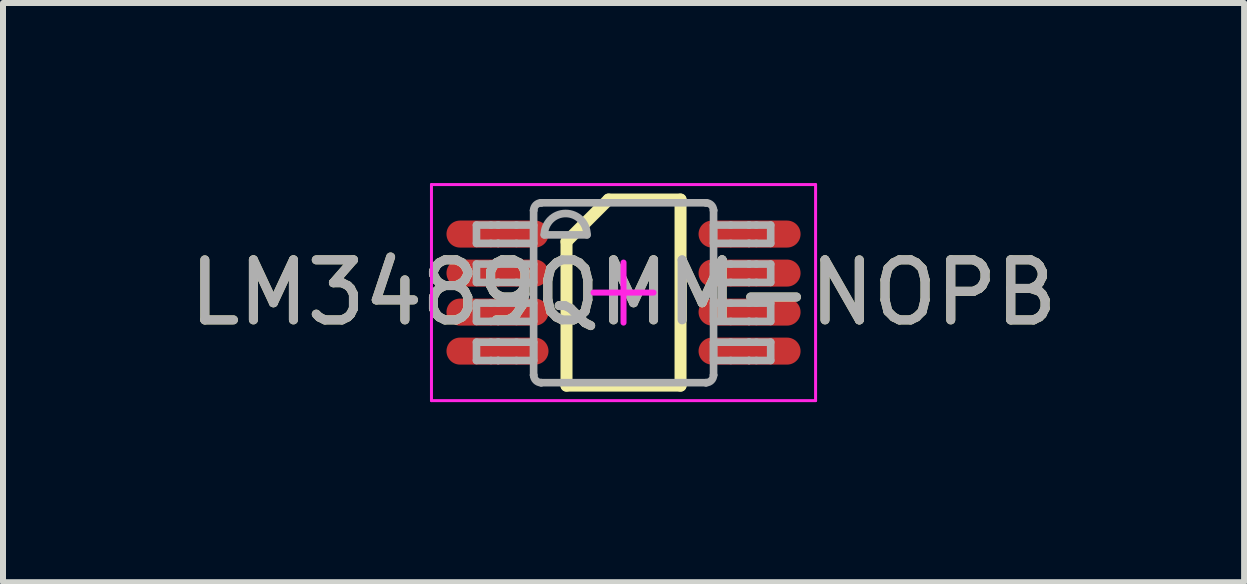
<source format=kicad_pcb>
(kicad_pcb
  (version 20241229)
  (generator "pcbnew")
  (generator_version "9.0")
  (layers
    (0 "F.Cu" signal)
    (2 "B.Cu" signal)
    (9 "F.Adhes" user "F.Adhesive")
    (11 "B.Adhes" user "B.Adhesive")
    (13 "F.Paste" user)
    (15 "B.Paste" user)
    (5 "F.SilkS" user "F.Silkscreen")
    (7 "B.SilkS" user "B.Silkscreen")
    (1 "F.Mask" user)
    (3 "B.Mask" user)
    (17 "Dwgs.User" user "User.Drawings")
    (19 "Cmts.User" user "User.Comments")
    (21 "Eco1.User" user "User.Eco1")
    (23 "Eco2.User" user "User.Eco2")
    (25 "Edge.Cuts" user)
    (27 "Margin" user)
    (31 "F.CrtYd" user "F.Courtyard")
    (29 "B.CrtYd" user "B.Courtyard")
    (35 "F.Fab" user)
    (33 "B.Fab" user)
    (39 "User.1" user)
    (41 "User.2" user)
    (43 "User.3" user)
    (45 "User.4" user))
  (footprint "LM3489QMM-NOPB"
    (layer "F.Cu")
    (at 7.339 1.825)
    (property "Reference" "LM3489QMM-NOPB" (at 0 0 0) (unlocked yes) (layer "F.SilkS") (effects (font (size 1 1) (thickness 0.15))))
    (attr smd)
    (fp_line (start -0.95 -0.85) (end -0.25 -1.55) (stroke (width 0.2) (type solid)) (layer "F.SilkS"))
    (fp_line (start -0.95 1.55) (end -0.95 -0.85) (stroke (width 0.2) (type solid)) (layer "F.SilkS"))
    (fp_line (start -0.95 1.55) (end 0.95 1.55) (stroke (width 0.2) (type solid)) (layer "F.SilkS"))
    (fp_line (start -0.25 -1.55) (end 0.95 -1.55) (stroke (width 0.2) (type solid)) (layer "F.SilkS"))
    (fp_line (start 0.95 1.55) (end 0.95 -1.55) (stroke (width 0.2) (type solid)) (layer "F.SilkS"))
    (fp_line (start -3.2 -1.8) (end 3.2 -1.8) (stroke (width 0.05) (type solid)) (layer "F.CrtYd"))
    (fp_line (start -3.2 1.8) (end -3.2 -1.8) (stroke (width 0.05) (type solid)) (layer "F.CrtYd"))
    (fp_line (start -3.2 1.8) (end 3.2 1.8) (stroke (width 0.05) (type solid)) (layer "F.CrtYd"))
    (fp_line (start -0.5 -0.000003) (end 0.5 -0.000003) (stroke (width 0.1) (type solid)) (layer "F.CrtYd"))
    (fp_line (start 0.000003 0.5) (end 0.000003 -0.5) (stroke (width 0.1) (type solid)) (layer "F.CrtYd"))
    (fp_line (start 3.2 1.8) (end 3.2 -1.8) (stroke (width 0.05) (type solid)) (layer "F.CrtYd"))
    (fp_line (start -2.45 -1.125) (end -2.21 -1.125) (stroke (width 0.127) (type solid)) (layer "F.Fab"))
    (fp_line (start -2.45 -0.82) (end -2.45 -1.125) (stroke (width 0.127) (type solid)) (layer "F.Fab"))
    (fp_line (start -2.45 -0.82) (end -2.21 -0.82) (stroke (width 0.127) (type solid)) (layer "F.Fab"))
    (fp_line (start -2.45 -0.475) (end -2.21 -0.475) (stroke (width 0.127) (type solid)) (layer "F.Fab"))
    (fp_line (start -2.45 -0.17) (end -2.45 -0.475) (stroke (width 0.127) (type solid)) (layer "F.Fab"))
    (fp_line (start -2.45 -0.17) (end -2.21 -0.17) (stroke (width 0.127) (type solid)) (layer "F.Fab"))
    (fp_line (start -2.45 0.175) (end -2.21 0.175) (stroke (width 0.127) (type solid)) (layer "F.Fab"))
    (fp_line (start -2.45 0.48) (end -2.45 0.175) (stroke (width 0.127) (type solid)) (layer "F.Fab"))
    (fp_line (start -2.45 0.48) (end -2.21 0.48) (stroke (width 0.127) (type solid)) (layer "F.Fab"))
    (fp_line (start -2.45 0.826) (end -2.21 0.826) (stroke (width 0.127) (type solid)) (layer "F.Fab"))
    (fp_line (start -2.45 1.131) (end -2.45 0.826) (stroke (width 0.127) (type solid)) (layer "F.Fab"))
    (fp_line (start -2.45 1.131) (end -2.21 1.131) (stroke (width 0.127) (type solid)) (layer "F.Fab"))
    (fp_line (start -2.21 -1.125) (end -2.091 -1.125) (stroke (width 0.127) (type solid)) (layer "F.Fab"))
    (fp_line (start -2.21 -0.82) (end -2.091 -0.82) (stroke (width 0.127) (type solid)) (layer "F.Fab"))
    (fp_line (start -2.21 -0.475) (end -2.091 -0.475) (stroke (width 0.127) (type solid)) (layer "F.Fab"))
    (fp_line (start -2.21 -0.17) (end -2.091 -0.17) (stroke (width 0.127) (type solid)) (layer "F.Fab"))
    (fp_line (start -2.21 0.175) (end -2.091 0.175) (stroke (width 0.127) (type solid)) (layer "F.Fab"))
    (fp_line (start -2.21 0.48) (end -2.091 0.48) (stroke (width 0.127) (type solid)) (layer "F.Fab"))
    (fp_line (start -2.21 0.826) (end -2.091 0.826) (stroke (width 0.127) (type solid)) (layer "F.Fab"))
    (fp_line (start -2.21 1.131) (end -2.091 1.131) (stroke (width 0.127) (type solid)) (layer "F.Fab"))
    (fp_line (start -2.091 -1.125) (end -2.087 -1.125) (stroke (width 0.127) (type solid)) (layer "F.Fab"))
    (fp_line (start -2.091 -0.82) (end -2.087 -0.82) (stroke (width 0.127) (type solid)) (layer "F.Fab"))
    (fp_line (start -2.091 -0.475) (end -2.087 -0.475) (stroke (width 0.127) (type solid)) (layer "F.Fab"))
    (fp_line (start -2.091 -0.17) (end -2.087 -0.17) (stroke (width 0.127) (type solid)) (layer "F.Fab"))
    (fp_line (start -2.091 0.175) (end -2.087 0.175) (stroke (width 0.127) (type solid)) (layer "F.Fab"))
    (fp_line (start -2.091 0.48) (end -2.087 0.48) (stroke (width 0.127) (type solid)) (layer "F.Fab"))
    (fp_line (start -2.091 0.826) (end -2.087 0.826) (stroke (width 0.127) (type solid)) (layer "F.Fab"))
    (fp_line (start -2.091 1.131) (end -2.087 1.131) (stroke (width 0.127) (type solid)) (layer "F.Fab"))
    (fp_line (start -2.087 -1.125) (end -1.784 -1.125) (stroke (width 0.127) (type solid)) (layer "F.Fab"))
    (fp_line (start -2.087 -0.82) (end -1.784 -0.82) (stroke (width 0.127) (type solid)) (layer "F.Fab"))
    (fp_line (start -2.087 -0.475) (end -1.784 -0.475) (stroke (width 0.127) (type solid)) (layer "F.Fab"))
    (fp_line (start -2.087 -0.17) (end -1.784 -0.17) (stroke (width 0.127) (type solid)) (layer "F.Fab"))
    (fp_line (start -2.087 0.175) (end -1.784 0.175) (stroke (width 0.127) (type solid)) (layer "F.Fab"))
    (fp_line (start -2.087 0.48) (end -1.784 0.48) (stroke (width 0.127) (type solid)) (layer "F.Fab"))
    (fp_line (start -2.087 0.826) (end -1.784 0.826) (stroke (width 0.127) (type solid)) (layer "F.Fab"))
    (fp_line (start -2.087 1.131) (end -1.784 1.131) (stroke (width 0.127) (type solid)) (layer "F.Fab"))
    (fp_line (start -1.784 -1.125) (end -1.498 -1.125) (stroke (width 0.127) (type solid)) (layer "F.Fab"))
    (fp_line (start -1.784 -0.82) (end -1.498 -0.82) (stroke (width 0.127) (type solid)) (layer "F.Fab"))
    (fp_line (start -1.784 -0.475) (end -1.498 -0.475) (stroke (width 0.127) (type solid)) (layer "F.Fab"))
    (fp_line (start -1.784 -0.17) (end -1.498 -0.17) (stroke (width 0.127) (type solid)) (layer "F.Fab"))
    (fp_line (start -1.784 0.175) (end -1.498 0.175) (stroke (width 0.127) (type solid)) (layer "F.Fab"))
    (fp_line (start -1.784 0.48) (end -1.498 0.48) (stroke (width 0.127) (type solid)) (layer "F.Fab"))
    (fp_line (start -1.784 0.826) (end -1.498 0.826) (stroke (width 0.127) (type solid)) (layer "F.Fab"))
    (fp_line (start -1.784 1.131) (end -1.498 1.131) (stroke (width 0.127) (type solid)) (layer "F.Fab"))
    (fp_line (start -1.498 -1.369) (end -1.497 -1.372) (stroke (width 0.127) (type solid)) (layer "F.Fab"))
    (fp_line (start -1.498 -0.82) (end -1.498 -1.125) (stroke (width 0.127) (type solid)) (layer "F.Fab"))
    (fp_line (start -1.498 -0.17) (end -1.498 -0.475) (stroke (width 0.127) (type solid)) (layer "F.Fab"))
    (fp_line (start -1.498 0.48) (end -1.498 0.175) (stroke (width 0.127) (type solid)) (layer "F.Fab"))
    (fp_line (start -1.498 1.131) (end -1.498 0.826) (stroke (width 0.127) (type solid)) (layer "F.Fab"))
    (fp_line (start -1.498 1.374) (end -1.498 -1.369) (stroke (width 0.127) (type solid)) (layer "F.Fab"))
    (fp_line (start -1.498 1.374) (end -1.497 1.377) (stroke (width 0.127) (type solid)) (layer "F.Fab"))
    (fp_line (start -1.373 -1.496) (end -1.371 -1.496) (stroke (width 0.127) (type solid)) (layer "F.Fab"))
    (fp_line (start -1.373 1.501) (end -1.371 1.501) (stroke (width 0.127) (type solid)) (layer "F.Fab"))
    (fp_line (start -1.371 -1.496) (end 1.373 -1.496) (stroke (width 0.127) (type solid)) (layer "F.Fab"))
    (fp_line (start -1.371 1.501) (end 1.373 1.501) (stroke (width 0.127) (type solid)) (layer "F.Fab"))
    (fp_line (start -1.32 -0.962) (end -0.609 -0.962) (stroke (width 0.127) (type solid)) (layer "F.Fab"))
    (fp_line (start 1.373 -1.496) (end 1.375 -1.496) (stroke (width 0.127) (type solid)) (layer "F.Fab"))
    (fp_line (start 1.373 1.501) (end 1.375 1.501) (stroke (width 0.127) (type solid)) (layer "F.Fab"))
    (fp_line (start 1.5 -1.372) (end 1.5 -1.369) (stroke (width 0.127) (type solid)) (layer "F.Fab"))
    (fp_line (start 1.5 1.377) (end 1.5 1.374) (stroke (width 0.127) (type solid)) (layer "F.Fab"))
    (fp_line (start 1.5 -1.125) (end 1.786 -1.125) (stroke (width 0.127) (type solid)) (layer "F.Fab"))
    (fp_line (start 1.5 -0.82) (end 1.5 -1.125) (stroke (width 0.127) (type solid)) (layer "F.Fab"))
    (fp_line (start 1.5 -0.82) (end 1.786 -0.82) (stroke (width 0.127) (type solid)) (layer "F.Fab"))
    (fp_line (start 1.5 -0.475) (end 1.786 -0.475) (stroke (width 0.127) (type solid)) (layer "F.Fab"))
    (fp_line (start 1.5 -0.17) (end 1.5 -0.475) (stroke (width 0.127) (type solid)) (layer "F.Fab"))
    (fp_line (start 1.5 -0.17) (end 1.786 -0.17) (stroke (width 0.127) (type solid)) (layer "F.Fab"))
    (fp_line (start 1.5 0.175) (end 1.786 0.175) (stroke (width 0.127) (type solid)) (layer "F.Fab"))
    (fp_line (start 1.5 0.48) (end 1.5 0.175) (stroke (width 0.127) (type solid)) (layer "F.Fab"))
    (fp_line (start 1.5 0.48) (end 1.786 0.48) (stroke (width 0.127) (type solid)) (layer "F.Fab"))
    (fp_line (start 1.5 0.826) (end 1.786 0.826) (stroke (width 0.127) (type solid)) (layer "F.Fab"))
    (fp_line (start 1.5 1.131) (end 1.5 0.826) (stroke (width 0.127) (type solid)) (layer "F.Fab"))
    (fp_line (start 1.5 1.131) (end 1.786 1.131) (stroke (width 0.127) (type solid)) (layer "F.Fab"))
    (fp_line (start 1.5 1.374) (end 1.5 -1.369) (stroke (width 0.127) (type solid)) (layer "F.Fab"))
    (fp_line (start 1.786 -1.125) (end 2.089 -1.125) (stroke (width 0.127) (type solid)) (layer "F.Fab"))
    (fp_line (start 1.786 -0.82) (end 2.089 -0.82) (stroke (width 0.127) (type solid)) (layer "F.Fab"))
    (fp_line (start 1.786 -0.475) (end 2.089 -0.475) (stroke (width 0.127) (type solid)) (layer "F.Fab"))
    (fp_line (start 1.786 -0.17) (end 2.089 -0.17) (stroke (width 0.127) (type solid)) (layer "F.Fab"))
    (fp_line (start 1.786 0.175) (end 2.089 0.175) (stroke (width 0.127) (type solid)) (layer "F.Fab"))
    (fp_line (start 1.786 0.48) (end 2.089 0.48) (stroke (width 0.127) (type solid)) (layer "F.Fab"))
    (fp_line (start 1.786 0.826) (end 2.089 0.826) (stroke (width 0.127) (type solid)) (layer "F.Fab"))
    (fp_line (start 1.786 1.131) (end 2.089 1.131) (stroke (width 0.127) (type solid)) (layer "F.Fab"))
    (fp_line (start 2.089 -1.125) (end 2.093 -1.125) (stroke (width 0.127) (type solid)) (layer "F.Fab"))
    (fp_line (start 2.089 -0.82) (end 2.093 -0.82) (stroke (width 0.127) (type solid)) (layer "F.Fab"))
    (fp_line (start 2.089 -0.475) (end 2.093 -0.475) (stroke (width 0.127) (type solid)) (layer "F.Fab"))
    (fp_line (start 2.089 -0.17) (end 2.093 -0.17) (stroke (width 0.127) (type solid)) (layer "F.Fab"))
    (fp_line (start 2.089 0.175) (end 2.093 0.175) (stroke (width 0.127) (type solid)) (layer "F.Fab"))
    (fp_line (start 2.089 0.48) (end 2.093 0.48) (stroke (width 0.127) (type solid)) (layer "F.Fab"))
    (fp_line (start 2.089 0.826) (end 2.093 0.826) (stroke (width 0.127) (type solid)) (layer "F.Fab"))
    (fp_line (start 2.089 1.131) (end 2.093 1.131) (stroke (width 0.127) (type solid)) (layer "F.Fab"))
    (fp_line (start 2.093 -1.125) (end 2.213 -1.125) (stroke (width 0.127) (type solid)) (layer "F.Fab"))
    (fp_line (start 2.093 -0.82) (end 2.213 -0.82) (stroke (width 0.127) (type solid)) (layer "F.Fab"))
    (fp_line (start 2.093 -0.475) (end 2.213 -0.475) (stroke (width 0.127) (type solid)) (layer "F.Fab"))
    (fp_line (start 2.093 -0.17) (end 2.213 -0.17) (stroke (width 0.127) (type solid)) (layer "F.Fab"))
    (fp_line (start 2.093 0.175) (end 2.213 0.175) (stroke (width 0.127) (type solid)) (layer "F.Fab"))
    (fp_line (start 2.093 0.48) (end 2.213 0.48) (stroke (width 0.127) (type solid)) (layer "F.Fab"))
    (fp_line (start 2.093 0.826) (end 2.213 0.826) (stroke (width 0.127) (type solid)) (layer "F.Fab"))
    (fp_line (start 2.093 1.131) (end 2.213 1.131) (stroke (width 0.127) (type solid)) (layer "F.Fab"))
    (fp_line (start 2.213 -1.125) (end 2.452 -1.125) (stroke (width 0.127) (type solid)) (layer "F.Fab"))
    (fp_line (start 2.213 -0.82) (end 2.452 -0.82) (stroke (width 0.127) (type solid)) (layer "F.Fab"))
    (fp_line (start 2.213 -0.475) (end 2.452 -0.475) (stroke (width 0.127) (type solid)) (layer "F.Fab"))
    (fp_line (start 2.213 -0.17) (end 2.452 -0.17) (stroke (width 0.127) (type solid)) (layer "F.Fab"))
    (fp_line (start 2.213 0.175) (end 2.452 0.175) (stroke (width 0.127) (type solid)) (layer "F.Fab"))
    (fp_line (start 2.213 0.48) (end 2.452 0.48) (stroke (width 0.127) (type solid)) (layer "F.Fab"))
    (fp_line (start 2.213 0.826) (end 2.452 0.826) (stroke (width 0.127) (type solid)) (layer "F.Fab"))
    (fp_line (start 2.213 1.131) (end 2.452 1.131) (stroke (width 0.127) (type solid)) (layer "F.Fab"))
    (fp_line (start 2.452 -0.82) (end 2.452 -1.125) (stroke (width 0.127) (type solid)) (layer "F.Fab"))
    (fp_line (start 2.452 -0.17) (end 2.452 -0.475) (stroke (width 0.127) (type solid)) (layer "F.Fab"))
    (fp_line (start 2.452 0.48) (end 2.452 0.175) (stroke (width 0.127) (type solid)) (layer "F.Fab"))
    (fp_line (start 2.452 1.131) (end 2.452 0.826) (stroke (width 0.127) (type solid)) (layer "F.Fab"))
    (fp_arc (start -1.497476 -1.371582) (mid -1.460306 -1.458644) (end -1.373243 -1.495814) (stroke (width 0.127) (type solid)) (layer "F.Fab"))
    (fp_arc (start -1.373243 1.501336) (mid -1.460306 1.464166) (end -1.497476 1.377104) (stroke (width 0.127) (type solid)) (layer "F.Fab"))
    (fp_arc (start -1.3197 -0.962439) (mid -0.9641 -1.318039) (end -0.6085 -0.962439) (stroke (width 0.127) (type solid)) (layer "F.Fab"))
    (fp_arc (start 1.375443 -1.495814) (mid 1.462505 -1.458644) (end 1.499675 -1.371582) (stroke (width 0.127) (type solid)) (layer "F.Fab"))
    (fp_arc (start 1.499675 1.377104) (mid 1.462505 1.464166) (end 1.375443 1.501336) (stroke (width 0.127) (type solid)) (layer "F.Fab"))
    (fp_text user "${REFERENCE}" (at 0 0 0) (unlocked yes) (layer "F.Fab") (effects (font (size 1 1) (thickness 0.15))))
    (pad "1" smd oval (at -2.1 -0.975 90) (size 0.45 1.7) (layers "F.Cu" "F.Mask" "F.Paste"))
    (pad "2" smd oval (at -2.1 -0.325 90) (size 0.45 1.7) (layers "F.Cu" "F.Mask" "F.Paste"))
    (pad "3" smd oval (at -2.1 0.325 90) (size 0.45 1.7) (layers "F.Cu" "F.Mask" "F.Paste"))
    (pad "4" smd oval (at -2.1 0.975 90) (size 0.45 1.7) (layers "F.Cu" "F.Mask" "F.Paste"))
    (pad "5" smd oval (at 2.1 0.975 90) (size 0.45 1.7) (layers "F.Cu" "F.Mask" "F.Paste"))
    (pad "6" smd oval (at 2.1 0.325 90) (size 0.45 1.7) (layers "F.Cu" "F.Mask" "F.Paste"))
    (pad "7" smd oval (at 2.1 -0.325 90) (size 0.45 1.7) (layers "F.Cu" "F.Mask" "F.Paste"))
    (pad "8" smd oval (at 2.1 -0.975 90) (size 0.45 1.7) (layers "F.Cu" "F.Mask" "F.Paste")))
  (gr_rect
    (start -3 -3)
    (end 17.679 6.65)
    (stroke (width 0.1) (type default))
    (fill no)
    (layer "Edge.Cuts")))
</source>
